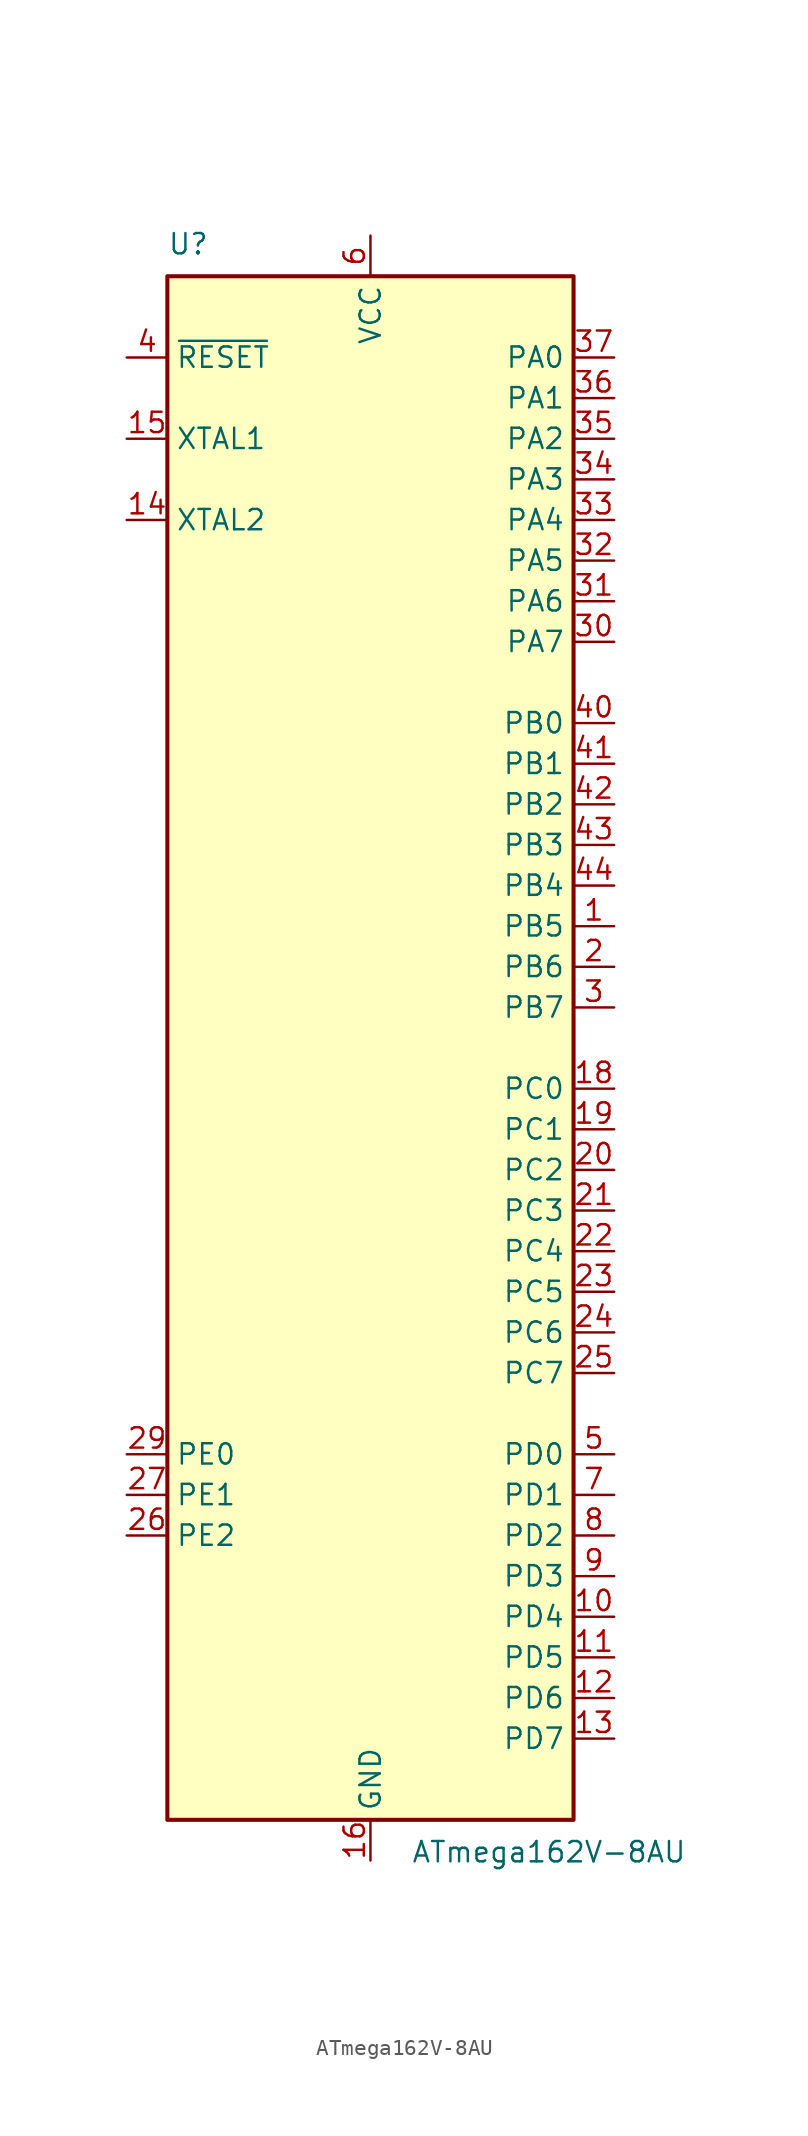
<source format=kicad_sym>
(kicad_symbol_lib
  (version 20201005)
  (generator kicad_symbol_editor)
  (symbol "ATmega162V-8AU"
    (property "Reference" "U"
      (at -12.7 49.53 0)
      (effects (font (size 1.27 1.27)) (justify left bottom)))
    (property "Value" "ATmega162V-8AU"
      (at 2.54 -49.53 0)
      (effects (font (size 1.27 1.27)) (justify left top)))
    (symbol "ATmega162V-8AU_0_1"
      (rectangle (start -12.7 -48.26) (end 12.7 48.26) (stroke (width 0.254)) (fill (type background))))
    (symbol "ATmega162V-8AU_1_1"
      (pin tri_state line (at 15.24 7.62 180) (length 2.54) (name "PB5" (effects (font (size 1.27 1.27)))) (number "1" (effects (font (size 1.27 1.27)))))
      (pin tri_state line (at 15.24 -35.56 180) (length 2.54) (name "PD4" (effects (font (size 1.27 1.27)))) (number "10" (effects (font (size 1.27 1.27)))))
      (pin tri_state line (at 15.24 -38.1 180) (length 2.54) (name "PD5" (effects (font (size 1.27 1.27)))) (number "11" (effects (font (size 1.27 1.27)))))
      (pin tri_state line (at 15.24 -40.64 180) (length 2.54) (name "PD6" (effects (font (size 1.27 1.27)))) (number "12" (effects (font (size 1.27 1.27)))))
      (pin tri_state line (at 15.24 -43.18 180) (length 2.54) (name "PD7" (effects (font (size 1.27 1.27)))) (number "13" (effects (font (size 1.27 1.27)))))
      (pin output line (at -15.24 33.02 0) (length 2.54) (name "XTAL2" (effects (font (size 1.27 1.27)))) (number "14" (effects (font (size 1.27 1.27)))))
      (pin input line (at -15.24 38.1 0) (length 2.54) (name "XTAL1" (effects (font (size 1.27 1.27)))) (number "15" (effects (font (size 1.27 1.27)))))
      (pin power_in line (at 0 -50.8 90) (length 2.54) (name "GND" (effects (font (size 1.27 1.27)))) (number "16" (effects (font (size 1.27 1.27)))))
      (pin passive line (at 0 50.8 270) (length 2.54) hide (name "VCC" (effects (font (size 1.27 1.27)))) (number "17" (effects (font (size 1.27 1.27)))))
      (pin tri_state line (at 15.24 -2.54 180) (length 2.54) (name "PC0" (effects (font (size 1.27 1.27)))) (number "18" (effects (font (size 1.27 1.27)))))
      (pin tri_state line (at 15.24 -5.08 180) (length 2.54) (name "PC1" (effects (font (size 1.27 1.27)))) (number "19" (effects (font (size 1.27 1.27)))))
      (pin tri_state line (at 15.24 5.08 180) (length 2.54) (name "PB6" (effects (font (size 1.27 1.27)))) (number "2" (effects (font (size 1.27 1.27)))))
      (pin tri_state line (at 15.24 -7.62 180) (length 2.54) (name "PC2" (effects (font (size 1.27 1.27)))) (number "20" (effects (font (size 1.27 1.27)))))
      (pin tri_state line (at 15.24 -10.16 180) (length 2.54) (name "PC3" (effects (font (size 1.27 1.27)))) (number "21" (effects (font (size 1.27 1.27)))))
      (pin tri_state line (at 15.24 -12.7 180) (length 2.54) (name "PC4" (effects (font (size 1.27 1.27)))) (number "22" (effects (font (size 1.27 1.27)))))
      (pin tri_state line (at 15.24 -15.24 180) (length 2.54) (name "PC5" (effects (font (size 1.27 1.27)))) (number "23" (effects (font (size 1.27 1.27)))))
      (pin tri_state line (at 15.24 -17.78 180) (length 2.54) (name "PC6" (effects (font (size 1.27 1.27)))) (number "24" (effects (font (size 1.27 1.27)))))
      (pin tri_state line (at 15.24 -20.32 180) (length 2.54) (name "PC7" (effects (font (size 1.27 1.27)))) (number "25" (effects (font (size 1.27 1.27)))))
      (pin tri_state line (at -15.24 -30.48 0) (length 2.54) (name "PE2" (effects (font (size 1.27 1.27)))) (number "26" (effects (font (size 1.27 1.27)))))
      (pin tri_state line (at -15.24 -27.94 0) (length 2.54) (name "PE1" (effects (font (size 1.27 1.27)))) (number "27" (effects (font (size 1.27 1.27)))))
      (pin passive line (at 0 -50.8 90) (length 2.54) hide (name "GND" (effects (font (size 1.27 1.27)))) (number "28" (effects (font (size 1.27 1.27)))))
      (pin tri_state line (at -15.24 -25.4 0) (length 2.54) (name "PE0" (effects (font (size 1.27 1.27)))) (number "29" (effects (font (size 1.27 1.27)))))
      (pin tri_state line (at 15.24 2.54 180) (length 2.54) (name "PB7" (effects (font (size 1.27 1.27)))) (number "3" (effects (font (size 1.27 1.27)))))
      (pin tri_state line (at 15.24 25.4 180) (length 2.54) (name "PA7" (effects (font (size 1.27 1.27)))) (number "30" (effects (font (size 1.27 1.27)))))
      (pin tri_state line (at 15.24 27.94 180) (length 2.54) (name "PA6" (effects (font (size 1.27 1.27)))) (number "31" (effects (font (size 1.27 1.27)))))
      (pin tri_state line (at 15.24 30.48 180) (length 2.54) (name "PA5" (effects (font (size 1.27 1.27)))) (number "32" (effects (font (size 1.27 1.27)))))
      (pin tri_state line (at 15.24 33.02 180) (length 2.54) (name "PA4" (effects (font (size 1.27 1.27)))) (number "33" (effects (font (size 1.27 1.27)))))
      (pin tri_state line (at 15.24 35.56 180) (length 2.54) (name "PA3" (effects (font (size 1.27 1.27)))) (number "34" (effects (font (size 1.27 1.27)))))
      (pin tri_state line (at 15.24 38.1 180) (length 2.54) (name "PA2" (effects (font (size 1.27 1.27)))) (number "35" (effects (font (size 1.27 1.27)))))
      (pin tri_state line (at 15.24 40.64 180) (length 2.54) (name "PA1" (effects (font (size 1.27 1.27)))) (number "36" (effects (font (size 1.27 1.27)))))
      (pin tri_state line (at 15.24 43.18 180) (length 2.54) (name "PA0" (effects (font (size 1.27 1.27)))) (number "37" (effects (font (size 1.27 1.27)))))
      (pin passive line (at 0 50.8 270) (length 2.54) hide (name "VCC" (effects (font (size 1.27 1.27)))) (number "38" (effects (font (size 1.27 1.27)))))
      (pin passive line (at 0 -50.8 90) (length 2.54) hide (name "GND" (effects (font (size 1.27 1.27)))) (number "39" (effects (font (size 1.27 1.27)))))
      (pin input line (at -15.24 43.18 0) (length 2.54) (name "~RESET" (effects (font (size 1.27 1.27)))) (number "4" (effects (font (size 1.27 1.27)))))
      (pin tri_state line (at 15.24 20.32 180) (length 2.54) (name "PB0" (effects (font (size 1.27 1.27)))) (number "40" (effects (font (size 1.27 1.27)))))
      (pin tri_state line (at 15.24 17.78 180) (length 2.54) (name "PB1" (effects (font (size 1.27 1.27)))) (number "41" (effects (font (size 1.27 1.27)))))
      (pin tri_state line (at 15.24 15.24 180) (length 2.54) (name "PB2" (effects (font (size 1.27 1.27)))) (number "42" (effects (font (size 1.27 1.27)))))
      (pin tri_state line (at 15.24 12.7 180) (length 2.54) (name "PB3" (effects (font (size 1.27 1.27)))) (number "43" (effects (font (size 1.27 1.27)))))
      (pin tri_state line (at 15.24 10.16 180) (length 2.54) (name "PB4" (effects (font (size 1.27 1.27)))) (number "44" (effects (font (size 1.27 1.27)))))
      (pin tri_state line (at 15.24 -25.4 180) (length 2.54) (name "PD0" (effects (font (size 1.27 1.27)))) (number "5" (effects (font (size 1.27 1.27)))))
      (pin power_in line (at 0 50.8 270) (length 2.54) (name "VCC" (effects (font (size 1.27 1.27)))) (number "6" (effects (font (size 1.27 1.27)))))
      (pin tri_state line (at 15.24 -27.94 180) (length 2.54) (name "PD1" (effects (font (size 1.27 1.27)))) (number "7" (effects (font (size 1.27 1.27)))))
      (pin tri_state line (at 15.24 -30.48 180) (length 2.54) (name "PD2" (effects (font (size 1.27 1.27)))) (number "8" (effects (font (size 1.27 1.27)))))
      (pin tri_state line (at 15.24 -33.02 180) (length 2.54) (name "PD3" (effects (font (size 1.27 1.27)))) (number "9" (effects (font (size 1.27 1.27))))))))
</source>
